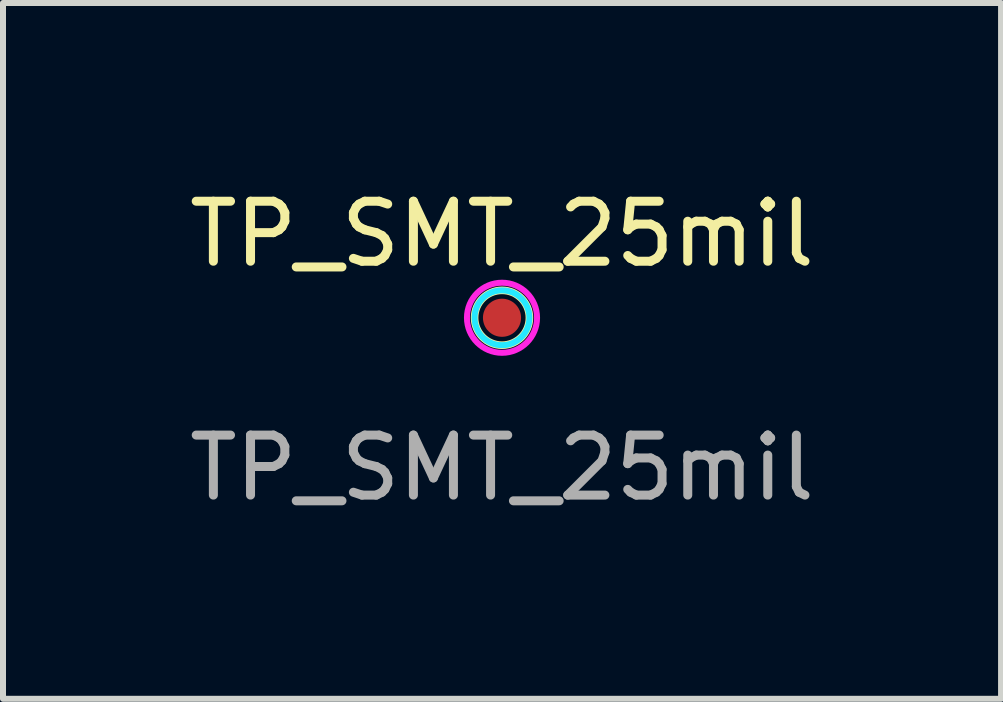
<source format=kicad_pcb>
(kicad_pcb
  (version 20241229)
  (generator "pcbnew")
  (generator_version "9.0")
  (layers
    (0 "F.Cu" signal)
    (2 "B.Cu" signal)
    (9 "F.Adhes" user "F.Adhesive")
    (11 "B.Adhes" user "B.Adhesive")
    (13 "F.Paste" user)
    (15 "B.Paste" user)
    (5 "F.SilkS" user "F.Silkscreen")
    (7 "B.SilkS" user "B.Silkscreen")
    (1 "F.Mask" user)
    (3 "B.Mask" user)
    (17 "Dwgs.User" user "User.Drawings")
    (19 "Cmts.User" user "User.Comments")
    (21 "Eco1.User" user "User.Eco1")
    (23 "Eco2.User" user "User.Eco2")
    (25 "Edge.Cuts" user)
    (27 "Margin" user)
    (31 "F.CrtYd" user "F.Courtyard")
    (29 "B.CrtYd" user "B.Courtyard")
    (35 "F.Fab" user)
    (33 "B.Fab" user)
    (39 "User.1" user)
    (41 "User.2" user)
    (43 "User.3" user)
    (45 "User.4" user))
  (footprint "TP_SMT_25mil"
    (layer "F.Cu")
    (at 5.315 2.245)
    (property "Reference" "TP_SMT_25mil" (at 0 -1.397 0) (unlocked yes) (layer "F.SilkS") (effects (font (size 1 1) (thickness 0.15))))
    (attr through_hole)
    (fp_circle (center 0 0) (end 0.457 0) (stroke (width 0.127) (type default)) (fill no) (layer "F.SilkS"))
    (fp_circle (center 0 0) (end 0.457 0) (stroke (width 0.1) (type default)) (fill no) (layer "B.CrtYd"))
    (fp_circle (center 0 0) (end 0.584 0) (stroke (width 0.1) (type default)) (fill no) (layer "F.CrtYd"))
    (fp_text user "${REFERENCE}" (at 0 2.5 0) (unlocked yes) (layer "F.Fab") (effects (font (size 1 1) (thickness 0.15))))
    (pad "1" smd circle (at 0 0) (size 0.635 0.635) (layers "F.Cu" "F.Mask" "F.Paste")))
  (gr_rect
    (start -3 -3)
    (end 13.631 8.594)
    (stroke (width 0.1) (type default))
    (fill no)
    (layer "Edge.Cuts")))
</source>
